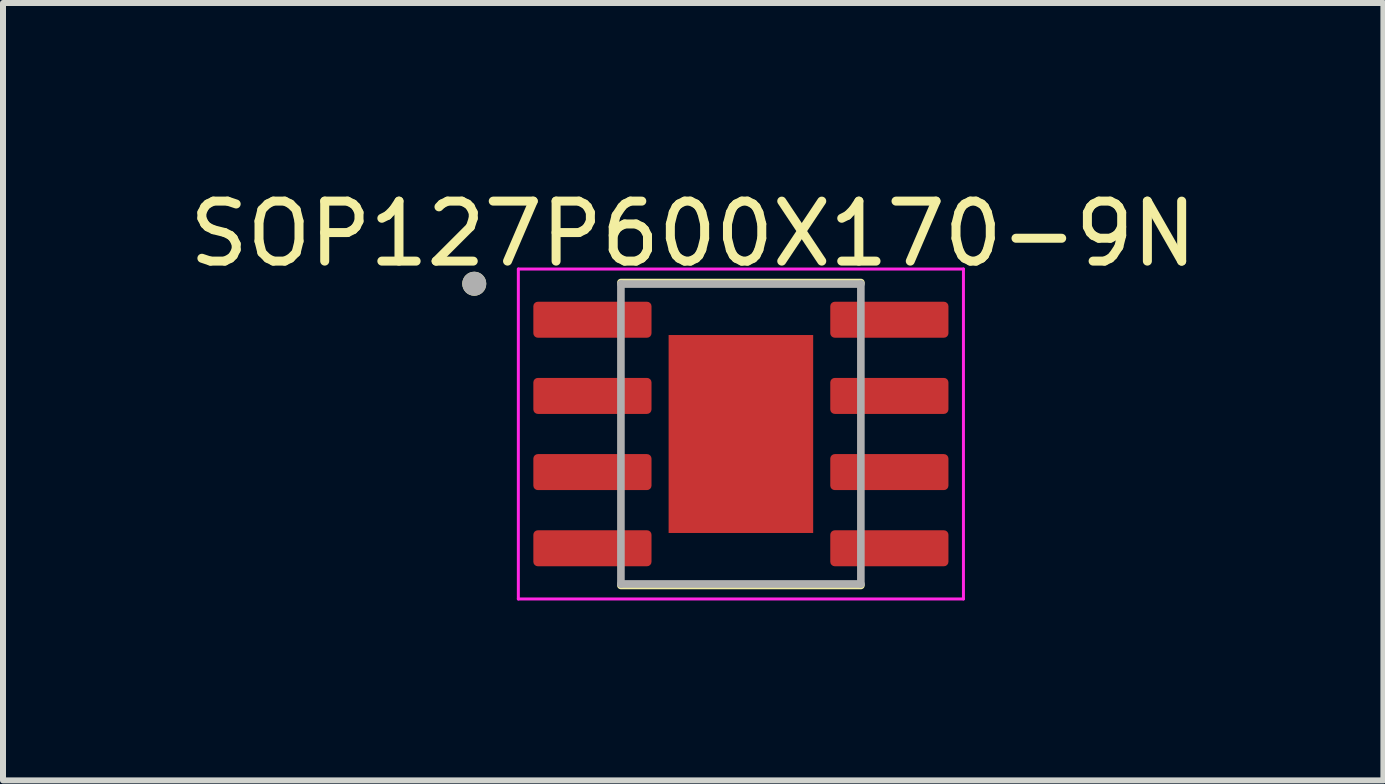
<source format=kicad_pcb>
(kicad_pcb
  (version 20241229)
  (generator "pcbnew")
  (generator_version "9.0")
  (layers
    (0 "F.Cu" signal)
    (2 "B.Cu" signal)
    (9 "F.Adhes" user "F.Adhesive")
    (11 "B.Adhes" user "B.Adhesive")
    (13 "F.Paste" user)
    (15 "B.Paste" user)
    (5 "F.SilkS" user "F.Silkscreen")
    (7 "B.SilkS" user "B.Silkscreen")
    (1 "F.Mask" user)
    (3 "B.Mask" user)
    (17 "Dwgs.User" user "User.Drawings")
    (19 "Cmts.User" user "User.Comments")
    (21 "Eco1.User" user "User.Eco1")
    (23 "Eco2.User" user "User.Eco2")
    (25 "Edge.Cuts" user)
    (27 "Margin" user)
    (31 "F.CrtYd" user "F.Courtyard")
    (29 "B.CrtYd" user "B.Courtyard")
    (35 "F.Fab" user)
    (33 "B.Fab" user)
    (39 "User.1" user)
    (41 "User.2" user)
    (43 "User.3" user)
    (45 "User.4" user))
  (footprint "SOP127P600X170-9N"
    (layer "F.Cu")
    (at 9.301 4.185)
    (property "Reference" "SOP127P600X170-9N" (at -0.795 -3.337 0) (layer "F.SilkS") (effects (font (size 1 1) (thickness 0.15))))
    (attr smd)
    (fp_line (start -2 -2.525) (end 2 -2.525) (stroke (width 0.127) (type solid)) (layer "F.SilkS"))
    (fp_line (start -2 2.525) (end 2 2.525) (stroke (width 0.127) (type solid)) (layer "F.SilkS"))
    (fp_circle (center -4.445 -2.505) (end -4.345 -2.505) (stroke (width 0.2) (type solid)) (fill no) (layer "F.SilkS"))
    (fp_poly (pts (xy -0.76 -1.04) (xy 0.76 -1.04) (xy 0.76 1.04) (xy -0.76 1.04)) (stroke (width 0.01) (type solid)) (fill yes) (layer "F.Paste"))
    (fp_line (start -3.71 -2.75) (end -3.71 2.75) (stroke (width 0.05) (type solid)) (layer "F.CrtYd"))
    (fp_line (start -3.71 -2.75) (end 3.71 -2.75) (stroke (width 0.05) (type solid)) (layer "F.CrtYd"))
    (fp_line (start -3.71 2.75) (end 3.71 2.75) (stroke (width 0.05) (type solid)) (layer "F.CrtYd"))
    (fp_line (start 3.71 -2.75) (end 3.71 2.75) (stroke (width 0.05) (type solid)) (layer "F.CrtYd"))
    (fp_line (start -2 -2.5) (end -2 2.5) (stroke (width 0.127) (type solid)) (layer "F.Fab"))
    (fp_line (start -2 -2.5) (end 2 -2.5) (stroke (width 0.127) (type solid)) (layer "F.Fab"))
    (fp_line (start -2 2.5) (end 2 2.5) (stroke (width 0.127) (type solid)) (layer "F.Fab"))
    (fp_line (start 2 -2.5) (end 2 2.5) (stroke (width 0.127) (type solid)) (layer "F.Fab"))
    (fp_circle (center -4.445 -2.505) (end -4.345 -2.505) (stroke (width 0.2) (type solid)) (fill no) (layer "F.Fab"))
    (pad "1" smd roundrect (at -2.475 -1.905) (size 1.97 0.6) (layers "F.Cu" "F.Mask" "F.Paste") (roundrect_rratio 0.125))
    (pad "2" smd roundrect (at -2.475 -0.635) (size 1.97 0.6) (layers "F.Cu" "F.Mask" "F.Paste") (roundrect_rratio 0.125))
    (pad "3" smd roundrect (at -2.475 0.635) (size 1.97 0.6) (layers "F.Cu" "F.Mask" "F.Paste") (roundrect_rratio 0.125))
    (pad "4" smd roundrect (at -2.475 1.905) (size 1.97 0.6) (layers "F.Cu" "F.Mask" "F.Paste") (roundrect_rratio 0.125))
    (pad "5" smd roundrect (at 2.475 1.905) (size 1.97 0.6) (layers "F.Cu" "F.Mask" "F.Paste") (roundrect_rratio 0.125))
    (pad "6" smd roundrect (at 2.475 0.635) (size 1.97 0.6) (layers "F.Cu" "F.Mask" "F.Paste") (roundrect_rratio 0.125))
    (pad "7" smd roundrect (at 2.475 -0.635) (size 1.97 0.6) (layers "F.Cu" "F.Mask" "F.Paste") (roundrect_rratio 0.125))
    (pad "8" smd roundrect (at 2.475 -1.905) (size 1.97 0.6) (layers "F.Cu" "F.Mask" "F.Paste") (roundrect_rratio 0.125))
    (pad "9" smd rect (at 0 0) (size 2.41 3.3) (layers "F.Cu" "F.Mask")))
  (gr_rect
    (start -3 -3)
    (end 20.012 9.96)
    (stroke (width 0.1) (type default))
    (fill no)
    (layer "Edge.Cuts")))
</source>
